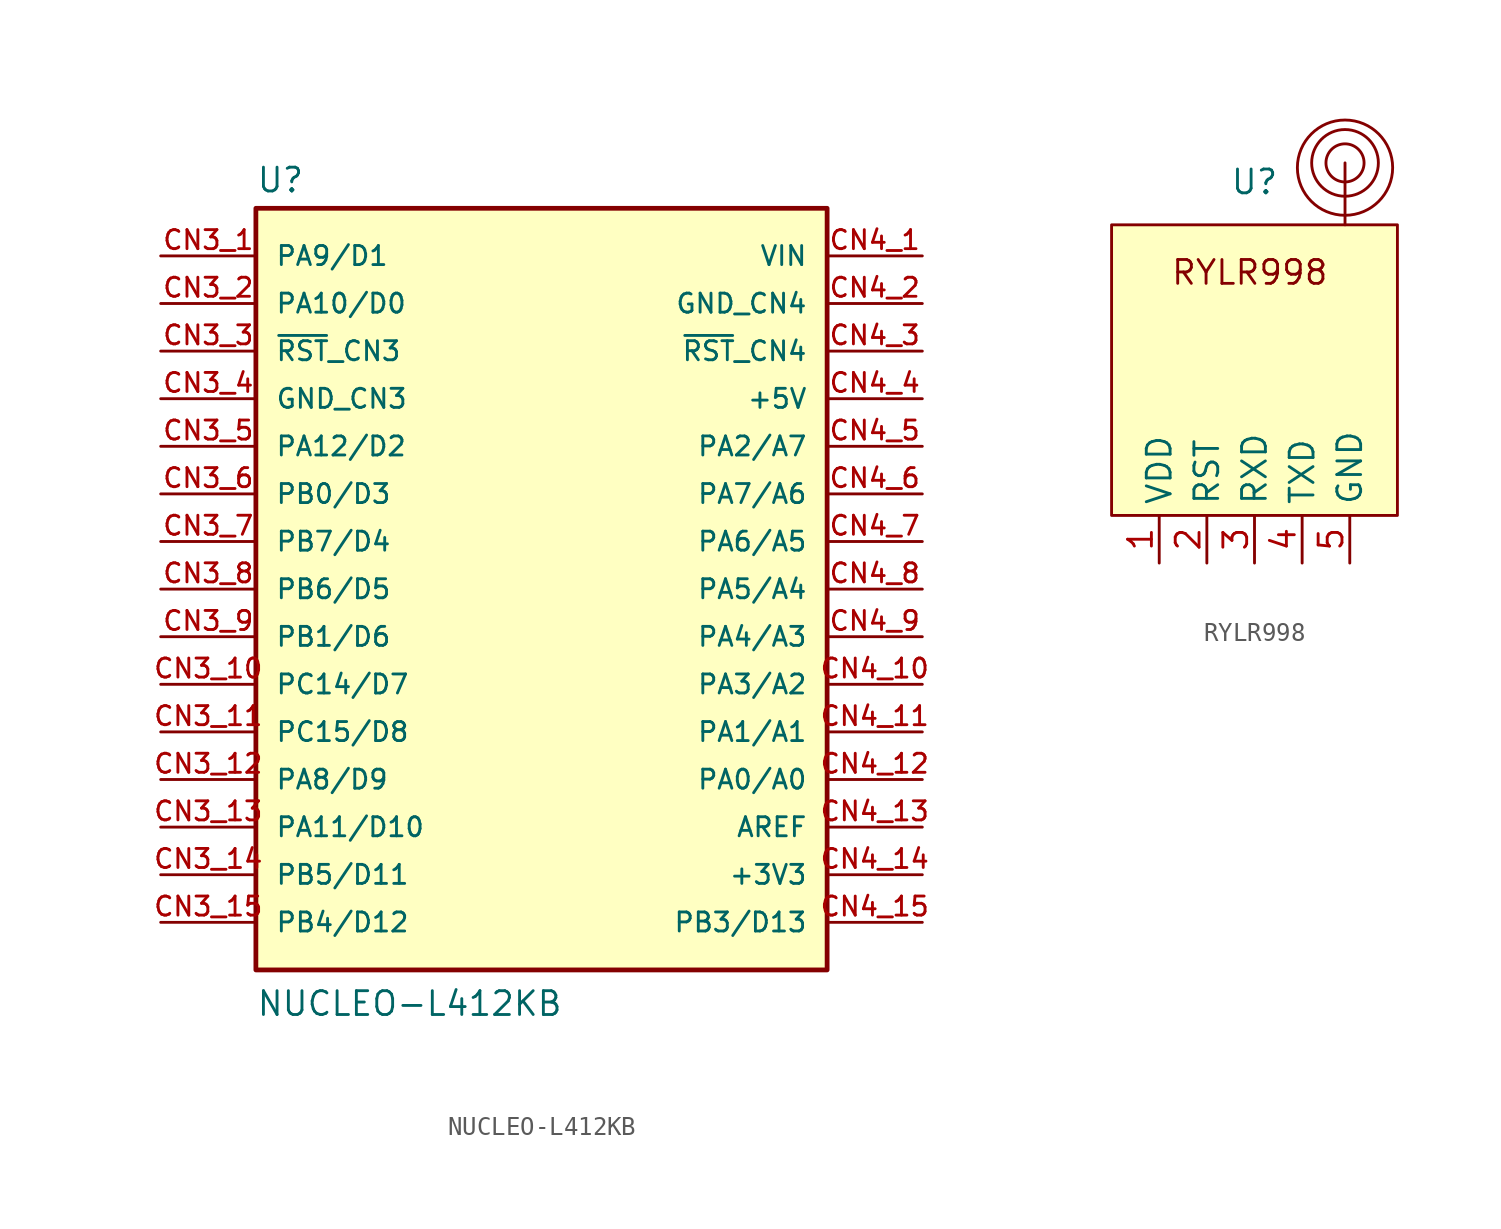
<source format=kicad_sym>
(kicad_symbol_lib
  (version 20241209)
  (generator "kicad_symbol_editor")
  (generator_version "9.0")
  (symbol "NUCLEO-L412KB"
    (pin_names
      (offset 1.016))
    (property "Reference" "U"
      (at -15.24 21.082 0)
      (effects (font (size 1.27 1.27)) (justify left bottom)))
    (property "Value" "NUCLEO-L412KB"
      (at -15.24 -22.86 0)
      (effects (font (size 1.27 1.27)) (justify left bottom)))
    (symbol "NUCLEO-L412KB_0_0"
      (rectangle (start -15.24 -20.32) (end 15.24 20.32) (stroke (width 0.254) (type default)) (fill (type background)))
      (pin bidirectional line (at -20.32 17.78 0) (length 5.08) (name "PA9/D1" (effects (font (size 1.016 1.016)))) (number "CN3_1" (effects (font (size 1.016 1.016)))))
      (pin bidirectional line (at -20.32 15.24 0) (length 5.08) (name "PA10/D0" (effects (font (size 1.016 1.016)))) (number "CN3_2" (effects (font (size 1.016 1.016)))))
      (pin bidirectional line (at -20.32 12.7 0) (length 5.08) (name "~{RST}_CN3" (effects (font (size 1.016 1.016)))) (number "CN3_3" (effects (font (size 1.016 1.016)))))
      (pin power_in line (at -20.32 10.16 0) (length 5.08) (name "GND_CN3" (effects (font (size 1.016 1.016)))) (number "CN3_4" (effects (font (size 1.016 1.016)))))
      (pin bidirectional line (at -20.32 7.62 0) (length 5.08) (name "PA12/D2" (effects (font (size 1.016 1.016)))) (number "CN3_5" (effects (font (size 1.016 1.016)))))
      (pin bidirectional line (at -20.32 5.08 0) (length 5.08) (name "PB0/D3" (effects (font (size 1.016 1.016)))) (number "CN3_6" (effects (font (size 1.016 1.016)))))
      (pin bidirectional line (at -20.32 2.54 0) (length 5.08) (name "PB7/D4" (effects (font (size 1.016 1.016)))) (number "CN3_7" (effects (font (size 1.016 1.016)))))
      (pin bidirectional line (at -20.32 0 0) (length 5.08) (name "PB6/D5" (effects (font (size 1.016 1.016)))) (number "CN3_8" (effects (font (size 1.016 1.016)))))
      (pin bidirectional line (at -20.32 -2.54 0) (length 5.08) (name "PB1/D6" (effects (font (size 1.016 1.016)))) (number "CN3_9" (effects (font (size 1.016 1.016)))))
      (pin bidirectional line (at -20.32 -5.08 0) (length 5.08) (name "PC14/D7" (effects (font (size 1.016 1.016)))) (number "CN3_10" (effects (font (size 1.016 1.016)))))
      (pin bidirectional line (at -20.32 -7.62 0) (length 5.08) (name "PC15/D8" (effects (font (size 1.016 1.016)))) (number "CN3_11" (effects (font (size 1.016 1.016)))))
      (pin bidirectional line (at -20.32 -10.16 0) (length 5.08) (name "PA8/D9" (effects (font (size 1.016 1.016)))) (number "CN3_12" (effects (font (size 1.016 1.016)))))
      (pin bidirectional line (at -20.32 -12.7 0) (length 5.08) (name "PA11/D10" (effects (font (size 1.016 1.016)))) (number "CN3_13" (effects (font (size 1.016 1.016)))))
      (pin bidirectional line (at -20.32 -15.24 0) (length 5.08) (name "PB5/D11" (effects (font (size 1.016 1.016)))) (number "CN3_14" (effects (font (size 1.016 1.016)))))
      (pin bidirectional line (at -20.32 -17.78 0) (length 5.08) (name "PB4/D12" (effects (font (size 1.016 1.016)))) (number "CN3_15" (effects (font (size 1.016 1.016)))))
      (pin power_in line (at 20.32 17.78 180) (length 5.08) (name "VIN" (effects (font (size 1.016 1.016)))) (number "CN4_1" (effects (font (size 1.016 1.016)))))
      (pin power_in line (at 20.32 15.24 180) (length 5.08) (name "GND_CN4" (effects (font (size 1.016 1.016)))) (number "CN4_2" (effects (font (size 1.016 1.016)))))
      (pin bidirectional line (at 20.32 12.7 180) (length 5.08) (name "~{RST}_CN4" (effects (font (size 1.016 1.016)))) (number "CN4_3" (effects (font (size 1.016 1.016)))))
      (pin power_in line (at 20.32 10.16 180) (length 5.08) (name "+5V" (effects (font (size 1.016 1.016)))) (number "CN4_4" (effects (font (size 1.016 1.016)))))
      (pin bidirectional line (at 20.32 7.62 180) (length 5.08) (name "PA2/A7" (effects (font (size 1.016 1.016)))) (number "CN4_5" (effects (font (size 1.016 1.016)))))
      (pin bidirectional line (at 20.32 5.08 180) (length 5.08) (name "PA7/A6" (effects (font (size 1.016 1.016)))) (number "CN4_6" (effects (font (size 1.016 1.016)))))
      (pin bidirectional line (at 20.32 2.54 180) (length 5.08) (name "PA6/A5" (effects (font (size 1.016 1.016)))) (number "CN4_7" (effects (font (size 1.016 1.016)))))
      (pin bidirectional line (at 20.32 0 180) (length 5.08) (name "PA5/A4" (effects (font (size 1.016 1.016)))) (number "CN4_8" (effects (font (size 1.016 1.016)))))
      (pin bidirectional line (at 20.32 -2.54 180) (length 5.08) (name "PA4/A3" (effects (font (size 1.016 1.016)))) (number "CN4_9" (effects (font (size 1.016 1.016)))))
      (pin bidirectional line (at 20.32 -5.08 180) (length 5.08) (name "PA3/A2" (effects (font (size 1.016 1.016)))) (number "CN4_10" (effects (font (size 1.016 1.016)))))
      (pin bidirectional line (at 20.32 -7.62 180) (length 5.08) (name "PA1/A1" (effects (font (size 1.016 1.016)))) (number "CN4_11" (effects (font (size 1.016 1.016)))))
      (pin bidirectional line (at 20.32 -10.16 180) (length 5.08) (name "PA0/A0" (effects (font (size 1.016 1.016)))) (number "CN4_12" (effects (font (size 1.016 1.016)))))
      (pin input line (at 20.32 -12.7 180) (length 5.08) (name "AREF" (effects (font (size 1.016 1.016)))) (number "CN4_13" (effects (font (size 1.016 1.016)))))
      (pin power_in line (at 20.32 -15.24 180) (length 5.08) (name "+3V3" (effects (font (size 1.016 1.016)))) (number "CN4_14" (effects (font (size 1.016 1.016)))))
      (pin bidirectional line (at 20.32 -17.78 180) (length 5.08) (name "PB3/D13" (effects (font (size 1.016 1.016)))) (number "CN4_15" (effects (font (size 1.016 1.016)))))))
  (symbol "RYLR998"
    (property "Reference" "U"
      (at 0 0 0)
      (effects (font (size 1.27 1.27))))
    (property "Value" ""
      (at 0 0 0)
      (effects (font (size 1.27 1.27))))
    (symbol "RYLR998_0_1"
      (circle (center 4.826 1.016) (radius 1.016) (stroke (width 0) (type default)) (fill (type none)))
      (circle (center 4.826 1.016) (radius 1.778) (stroke (width 0) (type default)) (fill (type none)))
      (circle (center 4.826 0.762) (radius 2.54) (stroke (width 0) (type default)) (fill (type none)))
      (polyline (pts (xy 4.826 -2.286) (xy 4.826 1.016)) (stroke (width 0) (type default)) (fill (type none))))
    (symbol "RYLR998_1_1"
      (rectangle (start -7.62 -2.286) (end 7.62 -17.78) (stroke (width 0) (type default)) (fill (type background)))
      (text "RYLR998\n" (at -0.254 -4.826 0) (effects (font (size 1.27 1.27))))
      (pin input line (at -5.08 -20.32 90) (length 2.54) (name "VDD" (effects (font (size 1.27 1.27)))) (number "1" (effects (font (size 1.27 1.27)))))
      (pin input line (at -2.54 -20.32 90) (length 2.54) (name "RST" (effects (font (size 1.27 1.27)))) (number "2" (effects (font (size 1.27 1.27)))))
      (pin input line (at 0 -20.32 90) (length 2.54) (name "RXD" (effects (font (size 1.27 1.27)))) (number "3" (effects (font (size 1.27 1.27)))))
      (pin input line (at 2.54 -20.32 90) (length 2.54) (name "TXD" (effects (font (size 1.27 1.27)))) (number "4" (effects (font (size 1.27 1.27)))))
      (pin input line (at 5.08 -20.32 90) (length 2.54) (name "GND" (effects (font (size 1.27 1.27)))) (number "5" (effects (font (size 1.27 1.27))))))))
</source>
